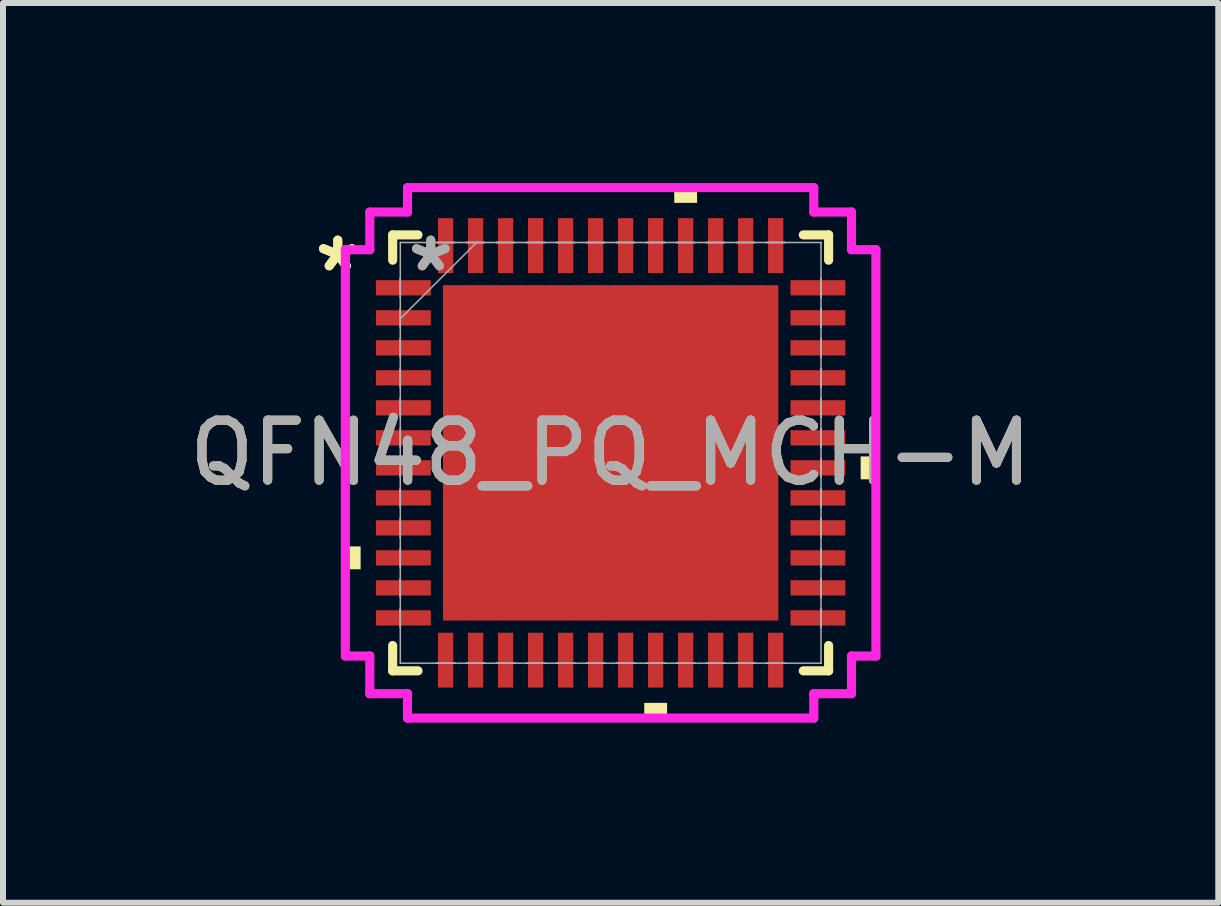
<source format=kicad_pcb>
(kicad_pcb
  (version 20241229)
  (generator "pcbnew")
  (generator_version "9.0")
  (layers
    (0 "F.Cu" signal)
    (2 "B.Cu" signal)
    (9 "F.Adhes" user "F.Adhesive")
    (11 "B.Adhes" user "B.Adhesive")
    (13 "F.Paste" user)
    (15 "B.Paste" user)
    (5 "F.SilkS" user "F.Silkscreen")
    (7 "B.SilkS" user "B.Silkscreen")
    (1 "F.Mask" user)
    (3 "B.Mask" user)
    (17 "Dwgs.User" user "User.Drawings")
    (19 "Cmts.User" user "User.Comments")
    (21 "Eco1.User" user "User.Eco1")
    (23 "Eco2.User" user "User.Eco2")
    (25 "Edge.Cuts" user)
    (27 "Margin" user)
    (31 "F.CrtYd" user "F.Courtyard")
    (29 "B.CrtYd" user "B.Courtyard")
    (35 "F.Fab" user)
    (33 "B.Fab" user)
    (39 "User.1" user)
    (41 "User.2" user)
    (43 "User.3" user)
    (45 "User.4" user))
  (footprint "QFN48_PQ_MCH-M"
    (layer "F.Cu")
    (at 7.125 4.496)
    (property "Reference" "QFN48_PQ_MCH-M" (at 0 0 0) (unlocked yes) (layer "F.SilkS") (effects (font (size 1 1) (thickness 0.15))))
    (attr smd)
    (fp_line (start -3.632 -3.632) (end -3.632 -3.21) (stroke (width 0.152) (type solid)) (layer "F.SilkS"))
    (fp_line (start -3.632 3.21) (end -3.632 3.632) (stroke (width 0.152) (type solid)) (layer "F.SilkS"))
    (fp_line (start -3.632 3.632) (end -3.21 3.632) (stroke (width 0.152) (type solid)) (layer "F.SilkS"))
    (fp_line (start -3.21 -3.632) (end -3.632 -3.632) (stroke (width 0.152) (type solid)) (layer "F.SilkS"))
    (fp_line (start 3.21 3.632) (end 3.632 3.632) (stroke (width 0.152) (type solid)) (layer "F.SilkS"))
    (fp_line (start 3.632 -3.632) (end 3.21 -3.632) (stroke (width 0.152) (type solid)) (layer "F.SilkS"))
    (fp_line (start 3.632 -3.21) (end 3.632 -3.632) (stroke (width 0.152) (type solid)) (layer "F.SilkS"))
    (fp_line (start 3.632 3.632) (end 3.632 3.21) (stroke (width 0.152) (type solid)) (layer "F.SilkS"))
    (fp_poly (pts (xy -4.42 1.559) (xy -4.42 1.94) (xy -4.166 1.94) (xy -4.166 1.559)) (stroke (width 0) (type solid)) (fill yes) (layer "F.SilkS"))
    (fp_poly (pts (xy 0.56 4.166) (xy 0.56 4.42) (xy 0.941 4.42) (xy 0.941 4.166)) (stroke (width 0) (type solid)) (fill yes) (layer "F.SilkS"))
    (fp_poly (pts (xy 1.06 -4.166) (xy 1.06 -4.42) (xy 1.44 -4.42) (xy 1.44 -4.166)) (stroke (width 0) (type solid)) (fill yes) (layer "F.SilkS"))
    (fp_poly (pts (xy 4.42 0.059) (xy 4.42 0.441) (xy 4.166 0.441) (xy 4.166 0.059)) (stroke (width 0) (type solid)) (fill yes) (layer "F.SilkS"))
    (fp_poly (pts (xy -2.694 -2.694) (xy -2.694 -1.497) (xy -1.497 -1.497) (xy -1.497 -2.694)) (stroke (width 0) (type solid)) (fill yes) (layer "F.Paste"))
    (fp_poly (pts (xy -2.694 -1.297) (xy -2.694 -0.1) (xy -1.497 -0.1) (xy -1.497 -1.297)) (stroke (width 0) (type solid)) (fill yes) (layer "F.Paste"))
    (fp_poly (pts (xy -2.694 0.1) (xy -2.694 1.297) (xy -1.497 1.297) (xy -1.497 0.1)) (stroke (width 0) (type solid)) (fill yes) (layer "F.Paste"))
    (fp_poly (pts (xy -2.694 1.497) (xy -2.694 2.694) (xy -1.497 2.694) (xy -1.497 1.497)) (stroke (width 0) (type solid)) (fill yes) (layer "F.Paste"))
    (fp_poly (pts (xy -1.297 -2.694) (xy -1.297 -1.497) (xy -0.1 -1.497) (xy -0.1 -2.694)) (stroke (width 0) (type solid)) (fill yes) (layer "F.Paste"))
    (fp_poly (pts (xy -1.297 -1.297) (xy -1.297 -0.1) (xy -0.1 -0.1) (xy -0.1 -1.297)) (stroke (width 0) (type solid)) (fill yes) (layer "F.Paste"))
    (fp_poly (pts (xy -1.297 0.1) (xy -1.297 1.297) (xy -0.1 1.297) (xy -0.1 0.1)) (stroke (width 0) (type solid)) (fill yes) (layer "F.Paste"))
    (fp_poly (pts (xy -1.297 1.497) (xy -1.297 2.694) (xy -0.1 2.694) (xy -0.1 1.497)) (stroke (width 0) (type solid)) (fill yes) (layer "F.Paste"))
    (fp_poly (pts (xy 0.1 -2.694) (xy 0.1 -1.497) (xy 1.297 -1.497) (xy 1.297 -2.694)) (stroke (width 0) (type solid)) (fill yes) (layer "F.Paste"))
    (fp_poly (pts (xy 0.1 -1.297) (xy 0.1 -0.1) (xy 1.297 -0.1) (xy 1.297 -1.297)) (stroke (width 0) (type solid)) (fill yes) (layer "F.Paste"))
    (fp_poly (pts (xy 0.1 0.1) (xy 0.1 1.297) (xy 1.297 1.297) (xy 1.297 0.1)) (stroke (width 0) (type solid)) (fill yes) (layer "F.Paste"))
    (fp_poly (pts (xy 0.1 1.497) (xy 0.1 2.694) (xy 1.297 2.694) (xy 1.297 1.497)) (stroke (width 0) (type solid)) (fill yes) (layer "F.Paste"))
    (fp_poly (pts (xy 1.497 -2.694) (xy 1.497 -1.497) (xy 2.694 -1.497) (xy 2.694 -2.694)) (stroke (width 0) (type solid)) (fill yes) (layer "F.Paste"))
    (fp_poly (pts (xy 1.497 -1.297) (xy 1.497 -0.1) (xy 2.694 -0.1) (xy 2.694 -1.297)) (stroke (width 0) (type solid)) (fill yes) (layer "F.Paste"))
    (fp_poly (pts (xy 1.497 0.1) (xy 1.497 1.297) (xy 2.694 1.297) (xy 2.694 0.1)) (stroke (width 0) (type solid)) (fill yes) (layer "F.Paste"))
    (fp_poly (pts (xy 1.497 1.497) (xy 1.497 2.694) (xy 2.694 2.694) (xy 2.694 1.497)) (stroke (width 0) (type solid)) (fill yes) (layer "F.Paste"))
    (fp_line (start -4.42 -3.385) (end -4.013 -3.385) (stroke (width 0.152) (type solid)) (layer "F.CrtYd"))
    (fp_line (start -4.42 3.385) (end -4.42 -3.385) (stroke (width 0.152) (type solid)) (layer "F.CrtYd"))
    (fp_line (start -4.013 -4.013) (end -3.385 -4.013) (stroke (width 0.152) (type solid)) (layer "F.CrtYd"))
    (fp_line (start -4.013 -3.385) (end -4.013 -4.013) (stroke (width 0.152) (type solid)) (layer "F.CrtYd"))
    (fp_line (start -4.013 3.385) (end -4.42 3.385) (stroke (width 0.152) (type solid)) (layer "F.CrtYd"))
    (fp_line (start -4.013 4.013) (end -4.013 3.385) (stroke (width 0.152) (type solid)) (layer "F.CrtYd"))
    (fp_line (start -3.385 -4.42) (end 3.385 -4.42) (stroke (width 0.152) (type solid)) (layer "F.CrtYd"))
    (fp_line (start -3.385 -4.013) (end -3.385 -4.42) (stroke (width 0.152) (type solid)) (layer "F.CrtYd"))
    (fp_line (start -3.385 4.013) (end -4.013 4.013) (stroke (width 0.152) (type solid)) (layer "F.CrtYd"))
    (fp_line (start -3.385 4.42) (end -3.385 4.013) (stroke (width 0.152) (type solid)) (layer "F.CrtYd"))
    (fp_line (start 3.385 -4.42) (end 3.385 -4.013) (stroke (width 0.152) (type solid)) (layer "F.CrtYd"))
    (fp_line (start 3.385 -4.013) (end 4.013 -4.013) (stroke (width 0.152) (type solid)) (layer "F.CrtYd"))
    (fp_line (start 3.385 4.013) (end 3.385 4.42) (stroke (width 0.152) (type solid)) (layer "F.CrtYd"))
    (fp_line (start 3.385 4.42) (end -3.385 4.42) (stroke (width 0.152) (type solid)) (layer "F.CrtYd"))
    (fp_line (start 4.013 -4.013) (end 4.013 -3.385) (stroke (width 0.152) (type solid)) (layer "F.CrtYd"))
    (fp_line (start 4.013 -3.385) (end 4.42 -3.385) (stroke (width 0.152) (type solid)) (layer "F.CrtYd"))
    (fp_line (start 4.013 3.385) (end 4.013 4.013) (stroke (width 0.152) (type solid)) (layer "F.CrtYd"))
    (fp_line (start 4.013 4.013) (end 3.385 4.013) (stroke (width 0.152) (type solid)) (layer "F.CrtYd"))
    (fp_line (start 4.42 -3.385) (end 4.42 3.385) (stroke (width 0.152) (type solid)) (layer "F.CrtYd"))
    (fp_line (start 4.42 3.385) (end 4.013 3.385) (stroke (width 0.152) (type solid)) (layer "F.CrtYd"))
    (fp_line (start -3.505 -3.505) (end -3.505 -3.505) (stroke (width 0.025) (type solid)) (layer "F.Fab"))
    (fp_line (start -3.505 -3.505) (end -3.505 3.505) (stroke (width 0.025) (type solid)) (layer "F.Fab"))
    (fp_line (start -3.505 -2.902) (end -3.505 -2.902) (stroke (width 0.025) (type solid)) (layer "F.Fab"))
    (fp_line (start -3.505 -2.902) (end -3.505 -2.598) (stroke (width 0.025) (type solid)) (layer "F.Fab"))
    (fp_line (start -3.505 -2.598) (end -3.505 -2.902) (stroke (width 0.025) (type solid)) (layer "F.Fab"))
    (fp_line (start -3.505 -2.598) (end -3.505 -2.598) (stroke (width 0.025) (type solid)) (layer "F.Fab"))
    (fp_line (start -3.505 -2.402) (end -3.505 -2.402) (stroke (width 0.025) (type solid)) (layer "F.Fab"))
    (fp_line (start -3.505 -2.402) (end -3.505 -2.098) (stroke (width 0.025) (type solid)) (layer "F.Fab"))
    (fp_line (start -3.505 -2.235) (end -2.235 -3.505) (stroke (width 0.025) (type solid)) (layer "F.Fab"))
    (fp_line (start -3.505 -2.098) (end -3.505 -2.402) (stroke (width 0.025) (type solid)) (layer "F.Fab"))
    (fp_line (start -3.505 -2.098) (end -3.505 -2.098) (stroke (width 0.025) (type solid)) (layer "F.Fab"))
    (fp_line (start -3.505 -1.902) (end -3.505 -1.902) (stroke (width 0.025) (type solid)) (layer "F.Fab"))
    (fp_line (start -3.505 -1.902) (end -3.505 -1.598) (stroke (width 0.025) (type solid)) (layer "F.Fab"))
    (fp_line (start -3.505 -1.598) (end -3.505 -1.902) (stroke (width 0.025) (type solid)) (layer "F.Fab"))
    (fp_line (start -3.505 -1.598) (end -3.505 -1.598) (stroke (width 0.025) (type solid)) (layer "F.Fab"))
    (fp_line (start -3.505 -1.402) (end -3.505 -1.402) (stroke (width 0.025) (type solid)) (layer "F.Fab"))
    (fp_line (start -3.505 -1.402) (end -3.505 -1.098) (stroke (width 0.025) (type solid)) (layer "F.Fab"))
    (fp_line (start -3.505 -1.098) (end -3.505 -1.402) (stroke (width 0.025) (type solid)) (layer "F.Fab"))
    (fp_line (start -3.505 -1.098) (end -3.505 -1.098) (stroke (width 0.025) (type solid)) (layer "F.Fab"))
    (fp_line (start -3.505 -0.902) (end -3.505 -0.902) (stroke (width 0.025) (type solid)) (layer "F.Fab"))
    (fp_line (start -3.505 -0.902) (end -3.505 -0.598) (stroke (width 0.025) (type solid)) (layer "F.Fab"))
    (fp_line (start -3.505 -0.598) (end -3.505 -0.902) (stroke (width 0.025) (type solid)) (layer "F.Fab"))
    (fp_line (start -3.505 -0.598) (end -3.505 -0.598) (stroke (width 0.025) (type solid)) (layer "F.Fab"))
    (fp_line (start -3.505 -0.402) (end -3.505 -0.402) (stroke (width 0.025) (type solid)) (layer "F.Fab"))
    (fp_line (start -3.505 -0.402) (end -3.505 -0.098) (stroke (width 0.025) (type solid)) (layer "F.Fab"))
    (fp_line (start -3.505 -0.098) (end -3.505 -0.402) (stroke (width 0.025) (type solid)) (layer "F.Fab"))
    (fp_line (start -3.505 -0.098) (end -3.505 -0.098) (stroke (width 0.025) (type solid)) (layer "F.Fab"))
    (fp_line (start -3.505 0.098) (end -3.505 0.098) (stroke (width 0.025) (type solid)) (layer "F.Fab"))
    (fp_line (start -3.505 0.098) (end -3.505 0.402) (stroke (width 0.025) (type solid)) (layer "F.Fab"))
    (fp_line (start -3.505 0.402) (end -3.505 0.098) (stroke (width 0.025) (type solid)) (layer "F.Fab"))
    (fp_line (start -3.505 0.402) (end -3.505 0.402) (stroke (width 0.025) (type solid)) (layer "F.Fab"))
    (fp_line (start -3.505 0.598) (end -3.505 0.598) (stroke (width 0.025) (type solid)) (layer "F.Fab"))
    (fp_line (start -3.505 0.598) (end -3.505 0.902) (stroke (width 0.025) (type solid)) (layer "F.Fab"))
    (fp_line (start -3.505 0.902) (end -3.505 0.598) (stroke (width 0.025) (type solid)) (layer "F.Fab"))
    (fp_line (start -3.505 0.902) (end -3.505 0.902) (stroke (width 0.025) (type solid)) (layer "F.Fab"))
    (fp_line (start -3.505 1.098) (end -3.505 1.098) (stroke (width 0.025) (type solid)) (layer "F.Fab"))
    (fp_line (start -3.505 1.098) (end -3.505 1.402) (stroke (width 0.025) (type solid)) (layer "F.Fab"))
    (fp_line (start -3.505 1.402) (end -3.505 1.098) (stroke (width 0.025) (type solid)) (layer "F.Fab"))
    (fp_line (start -3.505 1.402) (end -3.505 1.402) (stroke (width 0.025) (type solid)) (layer "F.Fab"))
    (fp_line (start -3.505 1.598) (end -3.505 1.598) (stroke (width 0.025) (type solid)) (layer "F.Fab"))
    (fp_line (start -3.505 1.598) (end -3.505 1.902) (stroke (width 0.025) (type solid)) (layer "F.Fab"))
    (fp_line (start -3.505 1.902) (end -3.505 1.598) (stroke (width 0.025) (type solid)) (layer "F.Fab"))
    (fp_line (start -3.505 1.902) (end -3.505 1.902) (stroke (width 0.025) (type solid)) (layer "F.Fab"))
    (fp_line (start -3.505 2.098) (end -3.505 2.098) (stroke (width 0.025) (type solid)) (layer "F.Fab"))
    (fp_line (start -3.505 2.098) (end -3.505 2.402) (stroke (width 0.025) (type solid)) (layer "F.Fab"))
    (fp_line (start -3.505 2.402) (end -3.505 2.098) (stroke (width 0.025) (type solid)) (layer "F.Fab"))
    (fp_line (start -3.505 2.402) (end -3.505 2.402) (stroke (width 0.025) (type solid)) (layer "F.Fab"))
    (fp_line (start -3.505 2.598) (end -3.505 2.598) (stroke (width 0.025) (type solid)) (layer "F.Fab"))
    (fp_line (start -3.505 2.598) (end -3.505 2.902) (stroke (width 0.025) (type solid)) (layer "F.Fab"))
    (fp_line (start -3.505 2.902) (end -3.505 2.598) (stroke (width 0.025) (type solid)) (layer "F.Fab"))
    (fp_line (start -3.505 2.902) (end -3.505 2.902) (stroke (width 0.025) (type solid)) (layer "F.Fab"))
    (fp_line (start -3.505 3.505) (end -3.505 3.505) (stroke (width 0.025) (type solid)) (layer "F.Fab"))
    (fp_line (start -3.505 3.505) (end 3.505 3.505) (stroke (width 0.025) (type solid)) (layer "F.Fab"))
    (fp_line (start -2.902 -3.505) (end -2.902 -3.505) (stroke (width 0.025) (type solid)) (layer "F.Fab"))
    (fp_line (start -2.902 -3.505) (end -2.598 -3.505) (stroke (width 0.025) (type solid)) (layer "F.Fab"))
    (fp_line (start -2.902 3.505) (end -2.902 3.505) (stroke (width 0.025) (type solid)) (layer "F.Fab"))
    (fp_line (start -2.902 3.505) (end -2.598 3.505) (stroke (width 0.025) (type solid)) (layer "F.Fab"))
    (fp_line (start -2.598 -3.505) (end -2.902 -3.505) (stroke (width 0.025) (type solid)) (layer "F.Fab"))
    (fp_line (start -2.598 -3.505) (end -2.598 -3.505) (stroke (width 0.025) (type solid)) (layer "F.Fab"))
    (fp_line (start -2.598 3.505) (end -2.902 3.505) (stroke (width 0.025) (type solid)) (layer "F.Fab"))
    (fp_line (start -2.598 3.505) (end -2.598 3.505) (stroke (width 0.025) (type solid)) (layer "F.Fab"))
    (fp_line (start -2.402 -3.505) (end -2.402 -3.505) (stroke (width 0.025) (type solid)) (layer "F.Fab"))
    (fp_line (start -2.402 -3.505) (end -2.098 -3.505) (stroke (width 0.025) (type solid)) (layer "F.Fab"))
    (fp_line (start -2.402 3.505) (end -2.402 3.505) (stroke (width 0.025) (type solid)) (layer "F.Fab"))
    (fp_line (start -2.402 3.505) (end -2.098 3.505) (stroke (width 0.025) (type solid)) (layer "F.Fab"))
    (fp_line (start -2.098 -3.505) (end -2.402 -3.505) (stroke (width 0.025) (type solid)) (layer "F.Fab"))
    (fp_line (start -2.098 -3.505) (end -2.098 -3.505) (stroke (width 0.025) (type solid)) (layer "F.Fab"))
    (fp_line (start -2.098 3.505) (end -2.402 3.505) (stroke (width 0.025) (type solid)) (layer "F.Fab"))
    (fp_line (start -2.098 3.505) (end -2.098 3.505) (stroke (width 0.025) (type solid)) (layer "F.Fab"))
    (fp_line (start -1.902 -3.505) (end -1.902 -3.505) (stroke (width 0.025) (type solid)) (layer "F.Fab"))
    (fp_line (start -1.902 -3.505) (end -1.598 -3.505) (stroke (width 0.025) (type solid)) (layer "F.Fab"))
    (fp_line (start -1.902 3.505) (end -1.902 3.505) (stroke (width 0.025) (type solid)) (layer "F.Fab"))
    (fp_line (start -1.902 3.505) (end -1.598 3.505) (stroke (width 0.025) (type solid)) (layer "F.Fab"))
    (fp_line (start -1.598 -3.505) (end -1.902 -3.505) (stroke (width 0.025) (type solid)) (layer "F.Fab"))
    (fp_line (start -1.598 -3.505) (end -1.598 -3.505) (stroke (width 0.025) (type solid)) (layer "F.Fab"))
    (fp_line (start -1.598 3.505) (end -1.902 3.505) (stroke (width 0.025) (type solid)) (layer "F.Fab"))
    (fp_line (start -1.598 3.505) (end -1.598 3.505) (stroke (width 0.025) (type solid)) (layer "F.Fab"))
    (fp_line (start -1.402 -3.505) (end -1.402 -3.505) (stroke (width 0.025) (type solid)) (layer "F.Fab"))
    (fp_line (start -1.402 -3.505) (end -1.098 -3.505) (stroke (width 0.025) (type solid)) (layer "F.Fab"))
    (fp_line (start -1.402 3.505) (end -1.402 3.505) (stroke (width 0.025) (type solid)) (layer "F.Fab"))
    (fp_line (start -1.402 3.505) (end -1.098 3.505) (stroke (width 0.025) (type solid)) (layer "F.Fab"))
    (fp_line (start -1.098 -3.505) (end -1.402 -3.505) (stroke (width 0.025) (type solid)) (layer "F.Fab"))
    (fp_line (start -1.098 -3.505) (end -1.098 -3.505) (stroke (width 0.025) (type solid)) (layer "F.Fab"))
    (fp_line (start -1.098 3.505) (end -1.402 3.505) (stroke (width 0.025) (type solid)) (layer "F.Fab"))
    (fp_line (start -1.098 3.505) (end -1.098 3.505) (stroke (width 0.025) (type solid)) (layer "F.Fab"))
    (fp_line (start -0.902 -3.505) (end -0.902 -3.505) (stroke (width 0.025) (type solid)) (layer "F.Fab"))
    (fp_line (start -0.902 -3.505) (end -0.598 -3.505) (stroke (width 0.025) (type solid)) (layer "F.Fab"))
    (fp_line (start -0.902 3.505) (end -0.902 3.505) (stroke (width 0.025) (type solid)) (layer "F.Fab"))
    (fp_line (start -0.902 3.505) (end -0.598 3.505) (stroke (width 0.025) (type solid)) (layer "F.Fab"))
    (fp_line (start -0.598 -3.505) (end -0.902 -3.505) (stroke (width 0.025) (type solid)) (layer "F.Fab"))
    (fp_line (start -0.598 -3.505) (end -0.598 -3.505) (stroke (width 0.025) (type solid)) (layer "F.Fab"))
    (fp_line (start -0.598 3.505) (end -0.902 3.505) (stroke (width 0.025) (type solid)) (layer "F.Fab"))
    (fp_line (start -0.598 3.505) (end -0.598 3.505) (stroke (width 0.025) (type solid)) (layer "F.Fab"))
    (fp_line (start -0.402 -3.505) (end -0.402 -3.505) (stroke (width 0.025) (type solid)) (layer "F.Fab"))
    (fp_line (start -0.402 -3.505) (end -0.098 -3.505) (stroke (width 0.025) (type solid)) (layer "F.Fab"))
    (fp_line (start -0.402 3.505) (end -0.402 3.505) (stroke (width 0.025) (type solid)) (layer "F.Fab"))
    (fp_line (start -0.402 3.505) (end -0.098 3.505) (stroke (width 0.025) (type solid)) (layer "F.Fab"))
    (fp_line (start -0.098 -3.505) (end -0.402 -3.505) (stroke (width 0.025) (type solid)) (layer "F.Fab"))
    (fp_line (start -0.098 -3.505) (end -0.098 -3.505) (stroke (width 0.025) (type solid)) (layer "F.Fab"))
    (fp_line (start -0.098 3.505) (end -0.402 3.505) (stroke (width 0.025) (type solid)) (layer "F.Fab"))
    (fp_line (start -0.098 3.505) (end -0.098 3.505) (stroke (width 0.025) (type solid)) (layer "F.Fab"))
    (fp_line (start 0.098 -3.505) (end 0.098 -3.505) (stroke (width 0.025) (type solid)) (layer "F.Fab"))
    (fp_line (start 0.098 -3.505) (end 0.402 -3.505) (stroke (width 0.025) (type solid)) (layer "F.Fab"))
    (fp_line (start 0.098 3.505) (end 0.098 3.505) (stroke (width 0.025) (type solid)) (layer "F.Fab"))
    (fp_line (start 0.098 3.505) (end 0.402 3.505) (stroke (width 0.025) (type solid)) (layer "F.Fab"))
    (fp_line (start 0.402 -3.505) (end 0.098 -3.505) (stroke (width 0.025) (type solid)) (layer "F.Fab"))
    (fp_line (start 0.402 -3.505) (end 0.402 -3.505) (stroke (width 0.025) (type solid)) (layer "F.Fab"))
    (fp_line (start 0.402 3.505) (end 0.098 3.505) (stroke (width 0.025) (type solid)) (layer "F.Fab"))
    (fp_line (start 0.402 3.505) (end 0.402 3.505) (stroke (width 0.025) (type solid)) (layer "F.Fab"))
    (fp_line (start 0.598 -3.505) (end 0.598 -3.505) (stroke (width 0.025) (type solid)) (layer "F.Fab"))
    (fp_line (start 0.598 -3.505) (end 0.902 -3.505) (stroke (width 0.025) (type solid)) (layer "F.Fab"))
    (fp_line (start 0.598 3.505) (end 0.598 3.505) (stroke (width 0.025) (type solid)) (layer "F.Fab"))
    (fp_line (start 0.598 3.505) (end 0.902 3.505) (stroke (width 0.025) (type solid)) (layer "F.Fab"))
    (fp_line (start 0.902 -3.505) (end 0.598 -3.505) (stroke (width 0.025) (type solid)) (layer "F.Fab"))
    (fp_line (start 0.902 -3.505) (end 0.902 -3.505) (stroke (width 0.025) (type solid)) (layer "F.Fab"))
    (fp_line (start 0.902 3.505) (end 0.598 3.505) (stroke (width 0.025) (type solid)) (layer "F.Fab"))
    (fp_line (start 0.902 3.505) (end 0.902 3.505) (stroke (width 0.025) (type solid)) (layer "F.Fab"))
    (fp_line (start 1.098 -3.505) (end 1.098 -3.505) (stroke (width 0.025) (type solid)) (layer "F.Fab"))
    (fp_line (start 1.098 -3.505) (end 1.402 -3.505) (stroke (width 0.025) (type solid)) (layer "F.Fab"))
    (fp_line (start 1.098 3.505) (end 1.098 3.505) (stroke (width 0.025) (type solid)) (layer "F.Fab"))
    (fp_line (start 1.098 3.505) (end 1.402 3.505) (stroke (width 0.025) (type solid)) (layer "F.Fab"))
    (fp_line (start 1.402 -3.505) (end 1.098 -3.505) (stroke (width 0.025) (type solid)) (layer "F.Fab"))
    (fp_line (start 1.402 -3.505) (end 1.402 -3.505) (stroke (width 0.025) (type solid)) (layer "F.Fab"))
    (fp_line (start 1.402 3.505) (end 1.098 3.505) (stroke (width 0.025) (type solid)) (layer "F.Fab"))
    (fp_line (start 1.402 3.505) (end 1.402 3.505) (stroke (width 0.025) (type solid)) (layer "F.Fab"))
    (fp_line (start 1.598 -3.505) (end 1.598 -3.505) (stroke (width 0.025) (type solid)) (layer "F.Fab"))
    (fp_line (start 1.598 -3.505) (end 1.902 -3.505) (stroke (width 0.025) (type solid)) (layer "F.Fab"))
    (fp_line (start 1.598 3.505) (end 1.598 3.505) (stroke (width 0.025) (type solid)) (layer "F.Fab"))
    (fp_line (start 1.598 3.505) (end 1.902 3.505) (stroke (width 0.025) (type solid)) (layer "F.Fab"))
    (fp_line (start 1.902 -3.505) (end 1.598 -3.505) (stroke (width 0.025) (type solid)) (layer "F.Fab"))
    (fp_line (start 1.902 -3.505) (end 1.902 -3.505) (stroke (width 0.025) (type solid)) (layer "F.Fab"))
    (fp_line (start 1.902 3.505) (end 1.598 3.505) (stroke (width 0.025) (type solid)) (layer "F.Fab"))
    (fp_line (start 1.902 3.505) (end 1.902 3.505) (stroke (width 0.025) (type solid)) (layer "F.Fab"))
    (fp_line (start 2.098 -3.505) (end 2.098 -3.505) (stroke (width 0.025) (type solid)) (layer "F.Fab"))
    (fp_line (start 2.098 -3.505) (end 2.402 -3.505) (stroke (width 0.025) (type solid)) (layer "F.Fab"))
    (fp_line (start 2.098 3.505) (end 2.098 3.505) (stroke (width 0.025) (type solid)) (layer "F.Fab"))
    (fp_line (start 2.098 3.505) (end 2.402 3.505) (stroke (width 0.025) (type solid)) (layer "F.Fab"))
    (fp_line (start 2.402 -3.505) (end 2.098 -3.505) (stroke (width 0.025) (type solid)) (layer "F.Fab"))
    (fp_line (start 2.402 -3.505) (end 2.402 -3.505) (stroke (width 0.025) (type solid)) (layer "F.Fab"))
    (fp_line (start 2.402 3.505) (end 2.098 3.505) (stroke (width 0.025) (type solid)) (layer "F.Fab"))
    (fp_line (start 2.402 3.505) (end 2.402 3.505) (stroke (width 0.025) (type solid)) (layer "F.Fab"))
    (fp_line (start 2.598 -3.505) (end 2.598 -3.505) (stroke (width 0.025) (type solid)) (layer "F.Fab"))
    (fp_line (start 2.598 -3.505) (end 2.902 -3.505) (stroke (width 0.025) (type solid)) (layer "F.Fab"))
    (fp_line (start 2.598 3.505) (end 2.598 3.505) (stroke (width 0.025) (type solid)) (layer "F.Fab"))
    (fp_line (start 2.598 3.505) (end 2.902 3.505) (stroke (width 0.025) (type solid)) (layer "F.Fab"))
    (fp_line (start 2.902 -3.505) (end 2.598 -3.505) (stroke (width 0.025) (type solid)) (layer "F.Fab"))
    (fp_line (start 2.902 -3.505) (end 2.902 -3.505) (stroke (width 0.025) (type solid)) (layer "F.Fab"))
    (fp_line (start 2.902 3.505) (end 2.598 3.505) (stroke (width 0.025) (type solid)) (layer "F.Fab"))
    (fp_line (start 2.902 3.505) (end 2.902 3.505) (stroke (width 0.025) (type solid)) (layer "F.Fab"))
    (fp_line (start 3.505 -3.505) (end -3.505 -3.505) (stroke (width 0.025) (type solid)) (layer "F.Fab"))
    (fp_line (start 3.505 -3.505) (end 3.505 -3.505) (stroke (width 0.025) (type solid)) (layer "F.Fab"))
    (fp_line (start 3.505 -2.902) (end 3.505 -2.902) (stroke (width 0.025) (type solid)) (layer "F.Fab"))
    (fp_line (start 3.505 -2.902) (end 3.505 -2.598) (stroke (width 0.025) (type solid)) (layer "F.Fab"))
    (fp_line (start 3.505 -2.598) (end 3.505 -2.902) (stroke (width 0.025) (type solid)) (layer "F.Fab"))
    (fp_line (start 3.505 -2.598) (end 3.505 -2.598) (stroke (width 0.025) (type solid)) (layer "F.Fab"))
    (fp_line (start 3.505 -2.402) (end 3.505 -2.402) (stroke (width 0.025) (type solid)) (layer "F.Fab"))
    (fp_line (start 3.505 -2.402) (end 3.505 -2.098) (stroke (width 0.025) (type solid)) (layer "F.Fab"))
    (fp_line (start 3.505 -2.098) (end 3.505 -2.402) (stroke (width 0.025) (type solid)) (layer "F.Fab"))
    (fp_line (start 3.505 -2.098) (end 3.505 -2.098) (stroke (width 0.025) (type solid)) (layer "F.Fab"))
    (fp_line (start 3.505 -1.902) (end 3.505 -1.902) (stroke (width 0.025) (type solid)) (layer "F.Fab"))
    (fp_line (start 3.505 -1.902) (end 3.505 -1.598) (stroke (width 0.025) (type solid)) (layer "F.Fab"))
    (fp_line (start 3.505 -1.598) (end 3.505 -1.902) (stroke (width 0.025) (type solid)) (layer "F.Fab"))
    (fp_line (start 3.505 -1.598) (end 3.505 -1.598) (stroke (width 0.025) (type solid)) (layer "F.Fab"))
    (fp_line (start 3.505 -1.402) (end 3.505 -1.402) (stroke (width 0.025) (type solid)) (layer "F.Fab"))
    (fp_line (start 3.505 -1.402) (end 3.505 -1.098) (stroke (width 0.025) (type solid)) (layer "F.Fab"))
    (fp_line (start 3.505 -1.098) (end 3.505 -1.402) (stroke (width 0.025) (type solid)) (layer "F.Fab"))
    (fp_line (start 3.505 -1.098) (end 3.505 -1.098) (stroke (width 0.025) (type solid)) (layer "F.Fab"))
    (fp_line (start 3.505 -0.902) (end 3.505 -0.902) (stroke (width 0.025) (type solid)) (layer "F.Fab"))
    (fp_line (start 3.505 -0.902) (end 3.505 -0.598) (stroke (width 0.025) (type solid)) (layer "F.Fab"))
    (fp_line (start 3.505 -0.598) (end 3.505 -0.902) (stroke (width 0.025) (type solid)) (layer "F.Fab"))
    (fp_line (start 3.505 -0.598) (end 3.505 -0.598) (stroke (width 0.025) (type solid)) (layer "F.Fab"))
    (fp_line (start 3.505 -0.402) (end 3.505 -0.402) (stroke (width 0.025) (type solid)) (layer "F.Fab"))
    (fp_line (start 3.505 -0.402) (end 3.505 -0.098) (stroke (width 0.025) (type solid)) (layer "F.Fab"))
    (fp_line (start 3.505 -0.098) (end 3.505 -0.402) (stroke (width 0.025) (type solid)) (layer "F.Fab"))
    (fp_line (start 3.505 -0.098) (end 3.505 -0.098) (stroke (width 0.025) (type solid)) (layer "F.Fab"))
    (fp_line (start 3.505 0.098) (end 3.505 0.098) (stroke (width 0.025) (type solid)) (layer "F.Fab"))
    (fp_line (start 3.505 0.098) (end 3.505 0.402) (stroke (width 0.025) (type solid)) (layer "F.Fab"))
    (fp_line (start 3.505 0.402) (end 3.505 0.098) (stroke (width 0.025) (type solid)) (layer "F.Fab"))
    (fp_line (start 3.505 0.402) (end 3.505 0.402) (stroke (width 0.025) (type solid)) (layer "F.Fab"))
    (fp_line (start 3.505 0.598) (end 3.505 0.598) (stroke (width 0.025) (type solid)) (layer "F.Fab"))
    (fp_line (start 3.505 0.598) (end 3.505 0.902) (stroke (width 0.025) (type solid)) (layer "F.Fab"))
    (fp_line (start 3.505 0.902) (end 3.505 0.598) (stroke (width 0.025) (type solid)) (layer "F.Fab"))
    (fp_line (start 3.505 0.902) (end 3.505 0.902) (stroke (width 0.025) (type solid)) (layer "F.Fab"))
    (fp_line (start 3.505 1.098) (end 3.505 1.098) (stroke (width 0.025) (type solid)) (layer "F.Fab"))
    (fp_line (start 3.505 1.098) (end 3.505 1.402) (stroke (width 0.025) (type solid)) (layer "F.Fab"))
    (fp_line (start 3.505 1.402) (end 3.505 1.098) (stroke (width 0.025) (type solid)) (layer "F.Fab"))
    (fp_line (start 3.505 1.402) (end 3.505 1.402) (stroke (width 0.025) (type solid)) (layer "F.Fab"))
    (fp_line (start 3.505 1.598) (end 3.505 1.598) (stroke (width 0.025) (type solid)) (layer "F.Fab"))
    (fp_line (start 3.505 1.598) (end 3.505 1.902) (stroke (width 0.025) (type solid)) (layer "F.Fab"))
    (fp_line (start 3.505 1.902) (end 3.505 1.598) (stroke (width 0.025) (type solid)) (layer "F.Fab"))
    (fp_line (start 3.505 1.902) (end 3.505 1.902) (stroke (width 0.025) (type solid)) (layer "F.Fab"))
    (fp_line (start 3.505 2.098) (end 3.505 2.098) (stroke (width 0.025) (type solid)) (layer "F.Fab"))
    (fp_line (start 3.505 2.098) (end 3.505 2.402) (stroke (width 0.025) (type solid)) (layer "F.Fab"))
    (fp_line (start 3.505 2.402) (end 3.505 2.098) (stroke (width 0.025) (type solid)) (layer "F.Fab"))
    (fp_line (start 3.505 2.402) (end 3.505 2.402) (stroke (width 0.025) (type solid)) (layer "F.Fab"))
    (fp_line (start 3.505 2.598) (end 3.505 2.598) (stroke (width 0.025) (type solid)) (layer "F.Fab"))
    (fp_line (start 3.505 2.598) (end 3.505 2.902) (stroke (width 0.025) (type solid)) (layer "F.Fab"))
    (fp_line (start 3.505 2.902) (end 3.505 2.598) (stroke (width 0.025) (type solid)) (layer "F.Fab"))
    (fp_line (start 3.505 2.902) (end 3.505 2.902) (stroke (width 0.025) (type solid)) (layer "F.Fab"))
    (fp_line (start 3.505 3.505) (end 3.505 -3.505) (stroke (width 0.025) (type solid)) (layer "F.Fab"))
    (fp_line (start 3.505 3.505) (end 3.505 3.505) (stroke (width 0.025) (type solid)) (layer "F.Fab"))
    (fp_text user "*" (at -4.547 -3 0) (unlocked yes) (layer "F.SilkS") (effects (font (size 1 1) (thickness 0.15))))
    (fp_text user "*" (at -4.547 -3 0) (layer "F.SilkS") (effects (font (size 1 1) (thickness 0.15))))
    (fp_text user "*" (at -2.997 -3 0) (layer "F.Fab") (effects (font (size 1 1) (thickness 0.15))))
    (fp_text user "*" (at -2.997 -3 0) (unlocked yes) (layer "F.Fab") (effects (font (size 1 1) (thickness 0.15))))
    (fp_text user "${REFERENCE}" (at 0 0 0) (unlocked yes) (layer "F.Fab") (effects (font (size 1 1) (thickness 0.15))))
    (pad "1" smd rect (at -3.454 -2.75 90) (size 0.254 0.914) (layers "F.Cu" "F.Mask" "F.Paste"))
    (pad "2" smd rect (at -3.454 -2.25 90) (size 0.254 0.914) (layers "F.Cu" "F.Mask" "F.Paste"))
    (pad "3" smd rect (at -3.454 -1.75 90) (size 0.254 0.914) (layers "F.Cu" "F.Mask" "F.Paste"))
    (pad "4" smd rect (at -3.454 -1.25 90) (size 0.254 0.914) (layers "F.Cu" "F.Mask" "F.Paste"))
    (pad "5" smd rect (at -3.454 -0.75 90) (size 0.254 0.914) (layers "F.Cu" "F.Mask" "F.Paste"))
    (pad "6" smd rect (at -3.454 -0.25 90) (size 0.254 0.914) (layers "F.Cu" "F.Mask" "F.Paste"))
    (pad "7" smd rect (at -3.454 0.25 90) (size 0.254 0.914) (layers "F.Cu" "F.Mask" "F.Paste"))
    (pad "8" smd rect (at -3.454 0.75 90) (size 0.254 0.914) (layers "F.Cu" "F.Mask" "F.Paste"))
    (pad "9" smd rect (at -3.454 1.25 90) (size 0.254 0.914) (layers "F.Cu" "F.Mask" "F.Paste"))
    (pad "10" smd rect (at -3.454 1.75 90) (size 0.254 0.914) (layers "F.Cu" "F.Mask" "F.Paste"))
    (pad "11" smd rect (at -3.454 2.25 90) (size 0.254 0.914) (layers "F.Cu" "F.Mask" "F.Paste"))
    (pad "12" smd rect (at -3.454 2.75 90) (size 0.254 0.914) (layers "F.Cu" "F.Mask" "F.Paste"))
    (pad "13" smd rect (at -2.75 3.454) (size 0.254 0.914) (layers "F.Cu" "F.Mask" "F.Paste"))
    (pad "14" smd rect (at -2.25 3.454) (size 0.254 0.914) (layers "F.Cu" "F.Mask" "F.Paste"))
    (pad "15" smd rect (at -1.75 3.454) (size 0.254 0.914) (layers "F.Cu" "F.Mask" "F.Paste"))
    (pad "16" smd rect (at -1.25 3.454) (size 0.254 0.914) (layers "F.Cu" "F.Mask" "F.Paste"))
    (pad "17" smd rect (at -0.75 3.454) (size 0.254 0.914) (layers "F.Cu" "F.Mask" "F.Paste"))
    (pad "18" smd rect (at -0.25 3.454) (size 0.254 0.914) (layers "F.Cu" "F.Mask" "F.Paste"))
    (pad "19" smd rect (at 0.25 3.454) (size 0.254 0.914) (layers "F.Cu" "F.Mask" "F.Paste"))
    (pad "20" smd rect (at 0.75 3.454) (size 0.254 0.914) (layers "F.Cu" "F.Mask" "F.Paste"))
    (pad "21" smd rect (at 1.25 3.454) (size 0.254 0.914) (layers "F.Cu" "F.Mask" "F.Paste"))
    (pad "22" smd rect (at 1.75 3.454) (size 0.254 0.914) (layers "F.Cu" "F.Mask" "F.Paste"))
    (pad "23" smd rect (at 2.25 3.454) (size 0.254 0.914) (layers "F.Cu" "F.Mask" "F.Paste"))
    (pad "24" smd rect (at 2.75 3.454) (size 0.254 0.914) (layers "F.Cu" "F.Mask" "F.Paste"))
    (pad "25" smd rect (at 3.454 2.75 90) (size 0.254 0.914) (layers "F.Cu" "F.Mask" "F.Paste"))
    (pad "26" smd rect (at 3.454 2.25 90) (size 0.254 0.914) (layers "F.Cu" "F.Mask" "F.Paste"))
    (pad "27" smd rect (at 3.454 1.75 90) (size 0.254 0.914) (layers "F.Cu" "F.Mask" "F.Paste"))
    (pad "28" smd rect (at 3.454 1.25 90) (size 0.254 0.914) (layers "F.Cu" "F.Mask" "F.Paste"))
    (pad "29" smd rect (at 3.454 0.75 90) (size 0.254 0.914) (layers "F.Cu" "F.Mask" "F.Paste"))
    (pad "30" smd rect (at 3.454 0.25 90) (size 0.254 0.914) (layers "F.Cu" "F.Mask" "F.Paste"))
    (pad "31" smd rect (at 3.454 -0.25 90) (size 0.254 0.914) (layers "F.Cu" "F.Mask" "F.Paste"))
    (pad "32" smd rect (at 3.454 -0.75 90) (size 0.254 0.914) (layers "F.Cu" "F.Mask" "F.Paste"))
    (pad "33" smd rect (at 3.454 -1.25 90) (size 0.254 0.914) (layers "F.Cu" "F.Mask" "F.Paste"))
    (pad "34" smd rect (at 3.454 -1.75 90) (size 0.254 0.914) (layers "F.Cu" "F.Mask" "F.Paste"))
    (pad "35" smd rect (at 3.454 -2.25 90) (size 0.254 0.914) (layers "F.Cu" "F.Mask" "F.Paste"))
    (pad "36" smd rect (at 3.454 -2.75 90) (size 0.254 0.914) (layers "F.Cu" "F.Mask" "F.Paste"))
    (pad "37" smd rect (at 2.75 -3.454) (size 0.254 0.914) (layers "F.Cu" "F.Mask" "F.Paste"))
    (pad "38" smd rect (at 2.25 -3.454) (size 0.254 0.914) (layers "F.Cu" "F.Mask" "F.Paste"))
    (pad "39" smd rect (at 1.75 -3.454) (size 0.254 0.914) (layers "F.Cu" "F.Mask" "F.Paste"))
    (pad "40" smd rect (at 1.25 -3.454) (size 0.254 0.914) (layers "F.Cu" "F.Mask" "F.Paste"))
    (pad "41" smd rect (at 0.75 -3.454) (size 0.254 0.914) (layers "F.Cu" "F.Mask" "F.Paste"))
    (pad "42" smd rect (at 0.25 -3.454) (size 0.254 0.914) (layers "F.Cu" "F.Mask" "F.Paste"))
    (pad "43" smd rect (at -0.25 -3.454) (size 0.254 0.914) (layers "F.Cu" "F.Mask" "F.Paste"))
    (pad "44" smd rect (at -0.75 -3.454) (size 0.254 0.914) (layers "F.Cu" "F.Mask" "F.Paste"))
    (pad "45" smd rect (at -1.25 -3.454) (size 0.254 0.914) (layers "F.Cu" "F.Mask" "F.Paste"))
    (pad "46" smd rect (at -1.75 -3.454) (size 0.254 0.914) (layers "F.Cu" "F.Mask" "F.Paste"))
    (pad "47" smd rect (at -2.25 -3.454) (size 0.254 0.914) (layers "F.Cu" "F.Mask" "F.Paste"))
    (pad "48" smd rect (at -2.75 -3.454) (size 0.254 0.914) (layers "F.Cu" "F.Mask" "F.Paste"))
    (pad "49" smd rect (at 0 0) (size 5.588 5.588) (layers "F.Cu" "F.Mask" "F.Paste")))
  (gr_rect
    (start -3 -3)
    (end 17.25 11.992)
    (stroke (width 0.1) (type default))
    (fill no)
    (layer "Edge.Cuts")))
</source>
